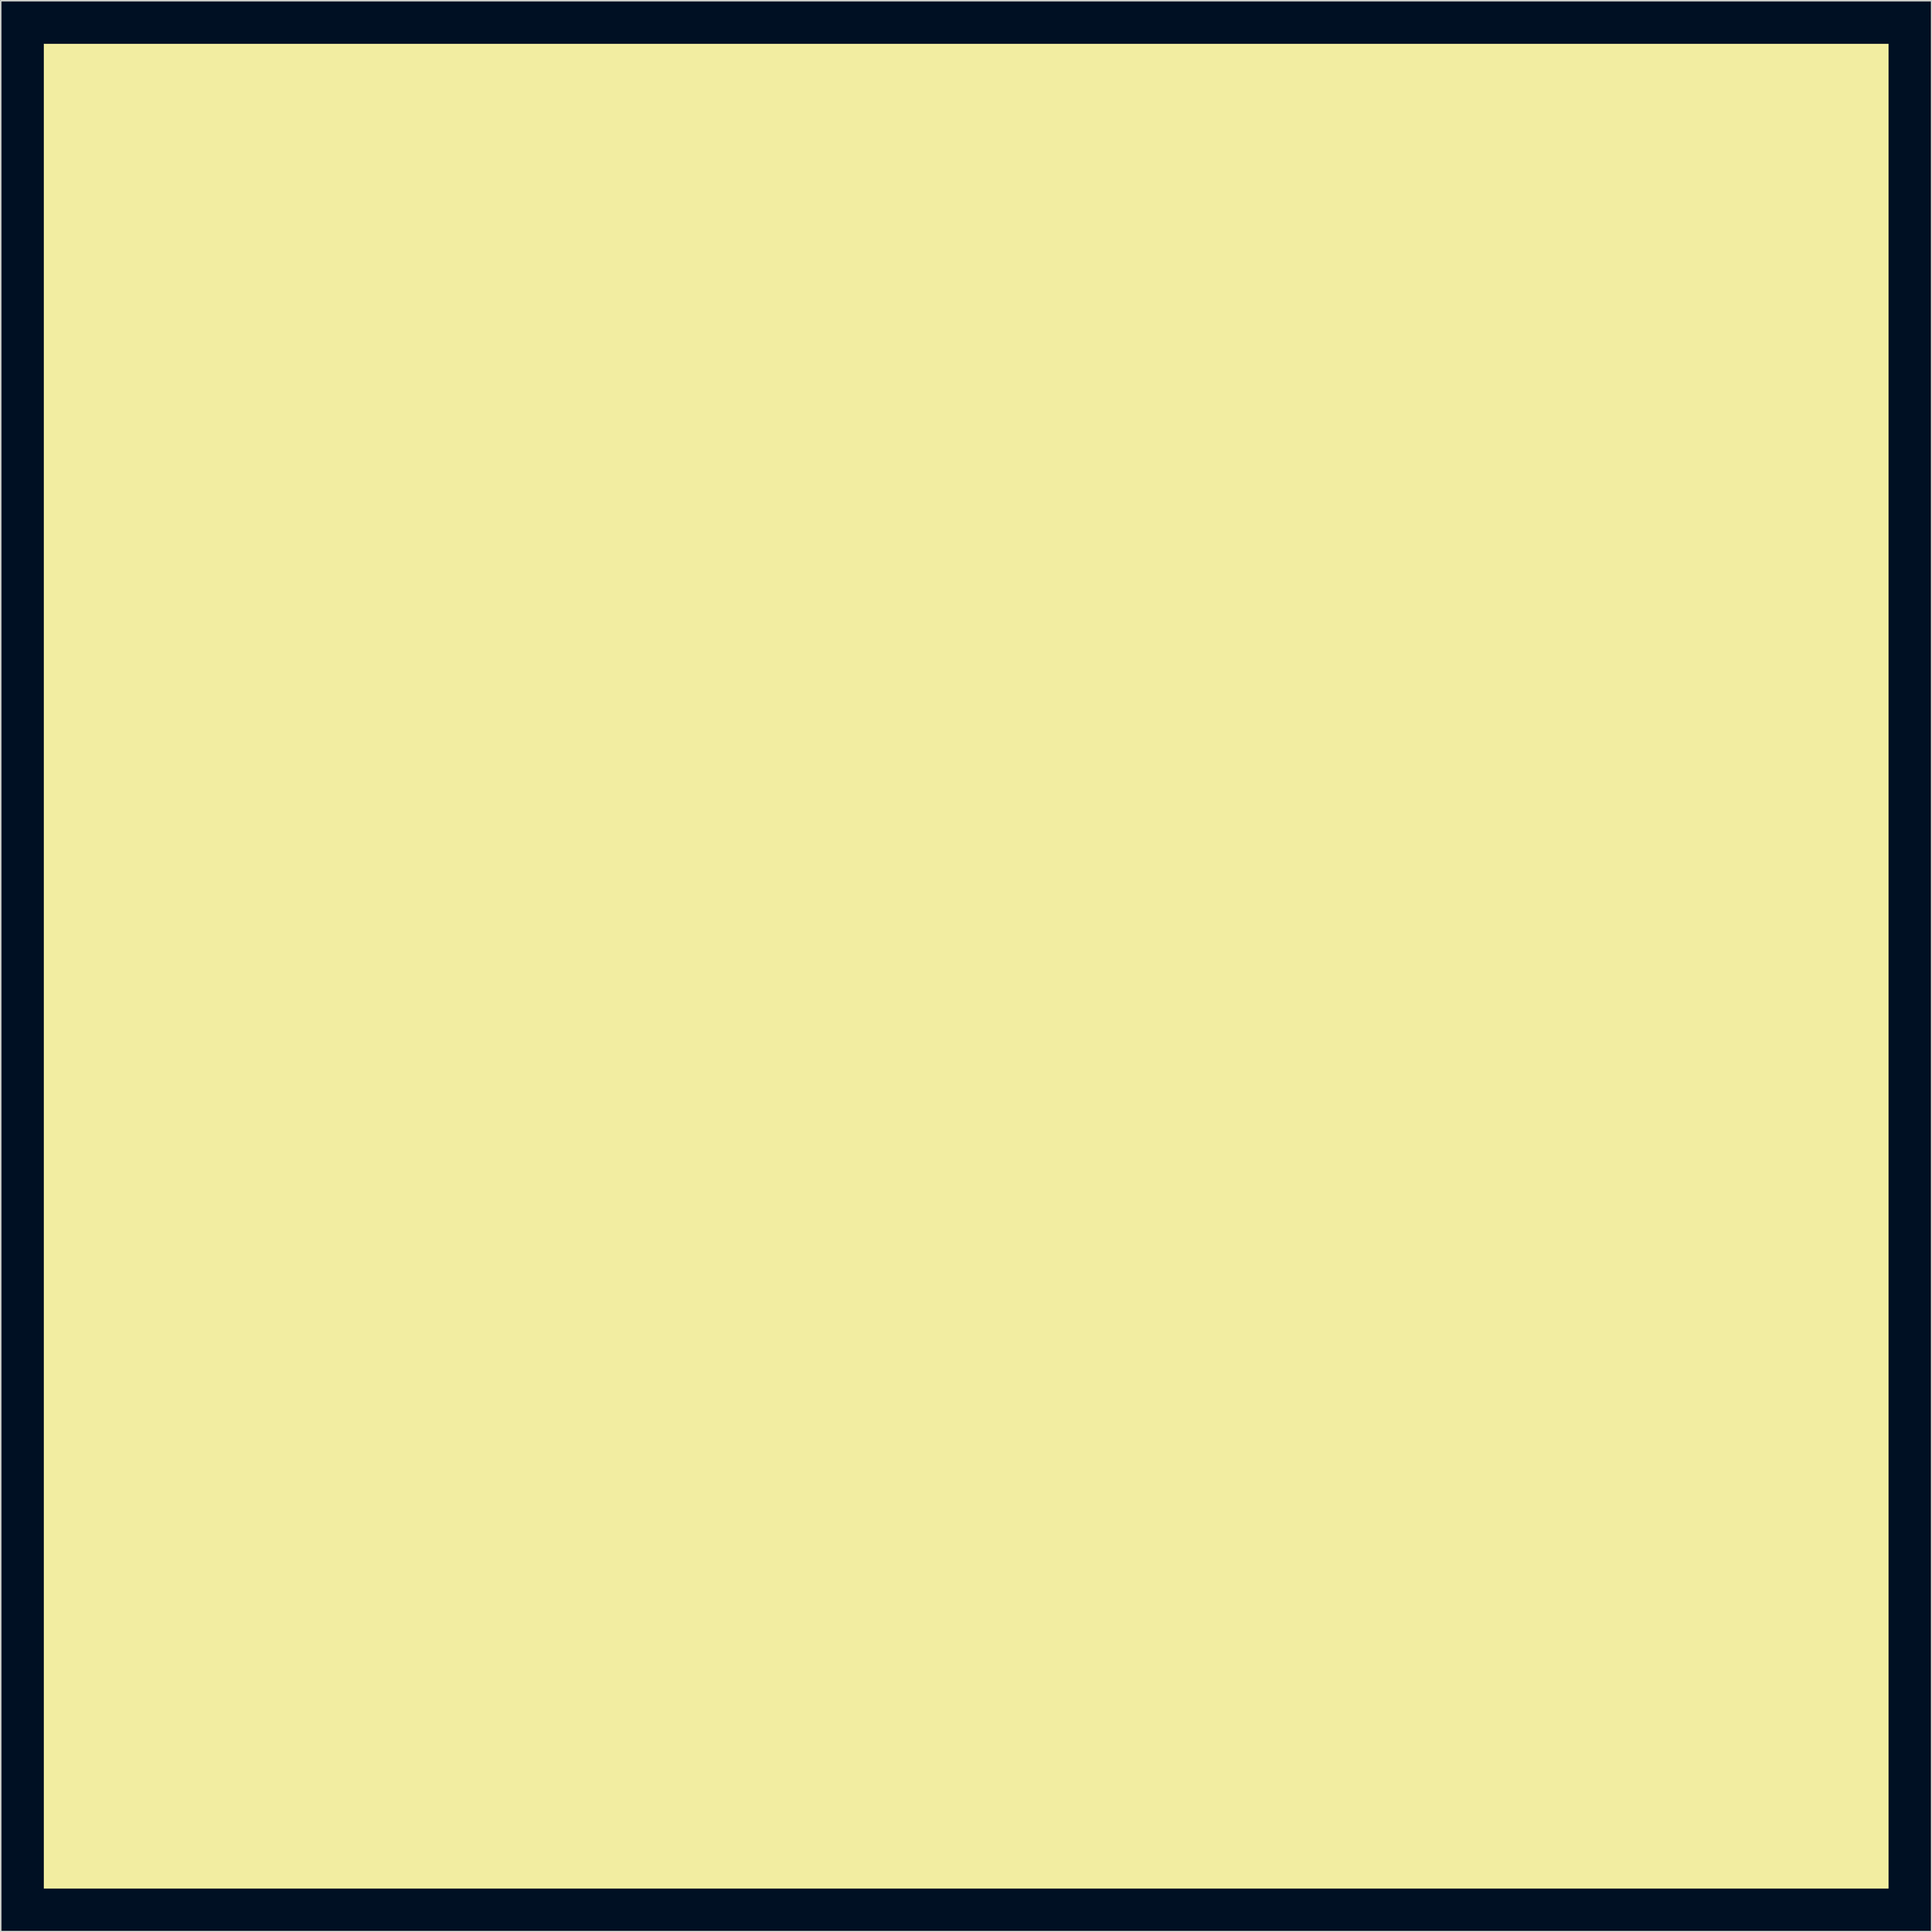
<source format=kicad_pcb>
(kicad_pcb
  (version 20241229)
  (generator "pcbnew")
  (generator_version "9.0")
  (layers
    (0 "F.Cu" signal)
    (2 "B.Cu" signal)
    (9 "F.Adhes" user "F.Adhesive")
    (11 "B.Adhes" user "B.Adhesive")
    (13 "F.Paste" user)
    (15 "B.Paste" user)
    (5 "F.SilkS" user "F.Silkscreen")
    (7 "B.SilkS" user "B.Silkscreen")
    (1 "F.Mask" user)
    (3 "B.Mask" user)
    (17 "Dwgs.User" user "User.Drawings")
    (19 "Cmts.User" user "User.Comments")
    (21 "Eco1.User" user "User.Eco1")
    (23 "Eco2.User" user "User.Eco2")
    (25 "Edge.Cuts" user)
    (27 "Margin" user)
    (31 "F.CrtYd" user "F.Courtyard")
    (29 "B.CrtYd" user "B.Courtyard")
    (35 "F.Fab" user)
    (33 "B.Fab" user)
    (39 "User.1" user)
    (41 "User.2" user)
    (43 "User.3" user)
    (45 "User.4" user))
  (footprint "sunmoontestonly"
    (layer "F.Cu")
    (at 64.225 64.225)
    (property "Reference" "sunmoontestonly" (at 0 0 0) (layer "F.SilkS") (effects (font (size 1.524 1.524) (thickness 0.3))))
    (attr through_hole)
    (fp_poly (pts (xy 64.262 64.262) (xy -64.22 64.262) (xy -64.22 -64.22) (xy 64.262 -64.22) (xy 64.262 64.262)) (stroke (width 0.01) (type solid)) (fill yes) (layer "F.SilkS")))
  (gr_rect
    (start -3 -3)
    (end 131.492 131.492)
    (stroke (width 0.1) (type default))
    (fill no)
    (layer "Edge.Cuts")))
</source>
